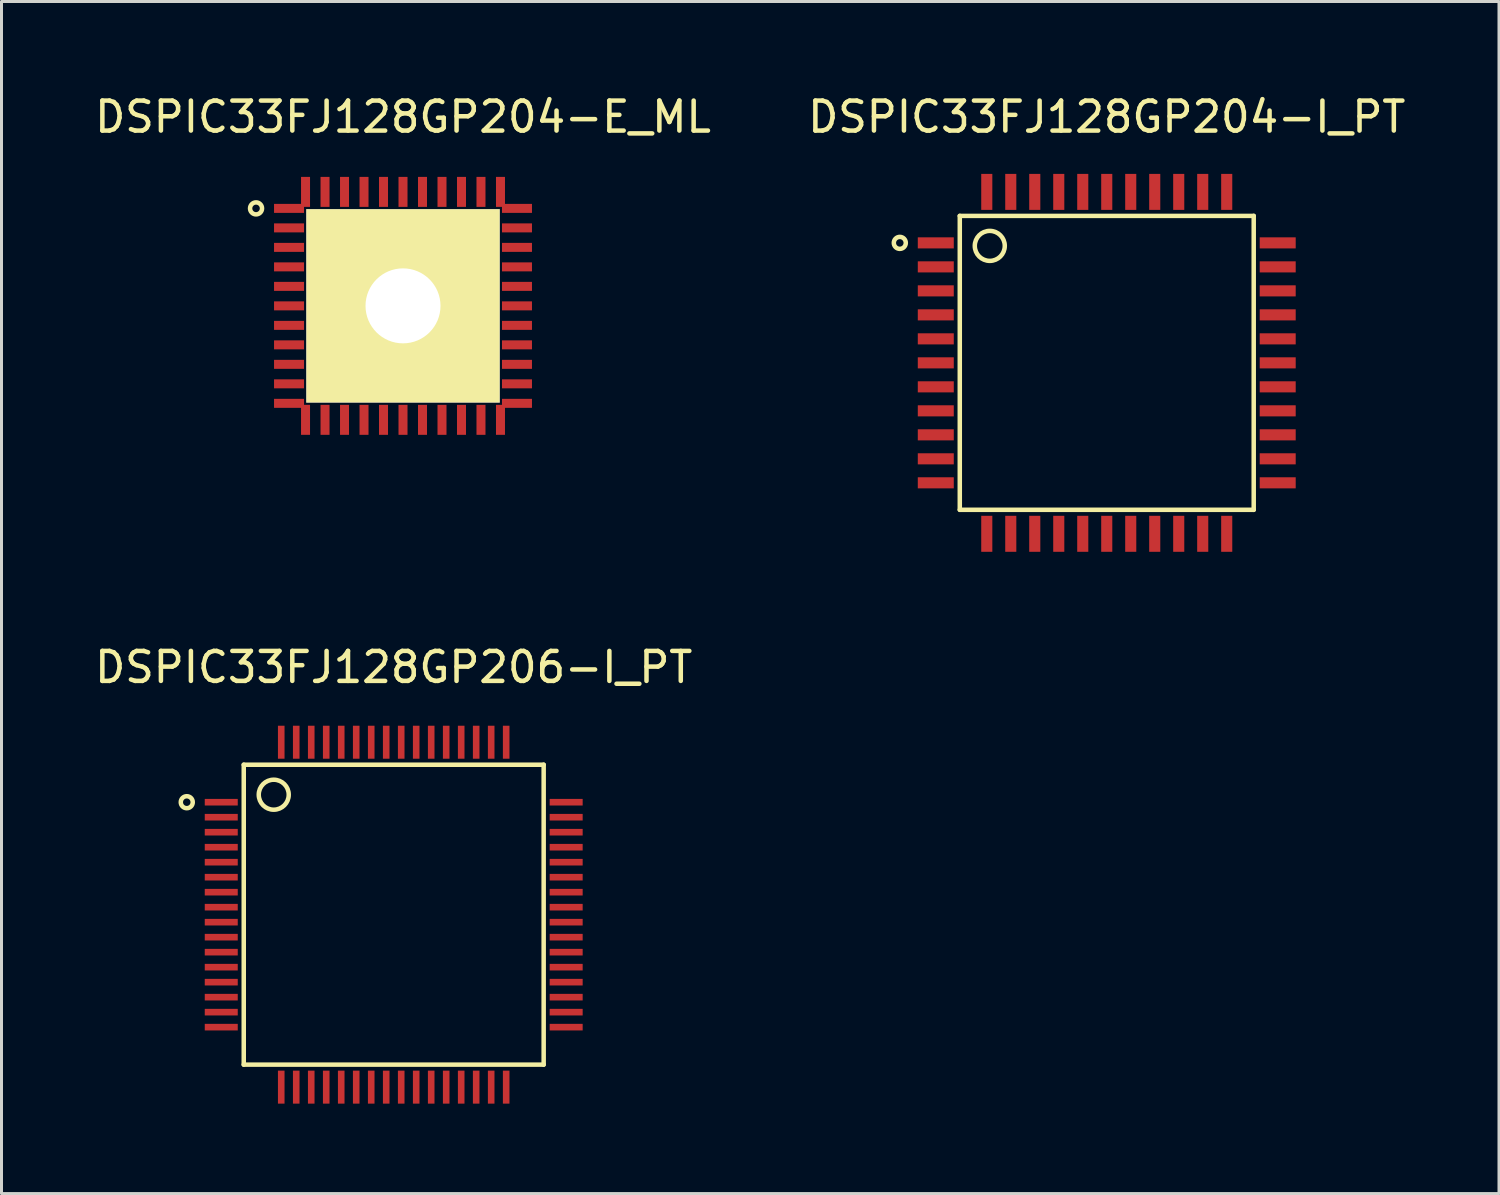
<source format=kicad_pcb>
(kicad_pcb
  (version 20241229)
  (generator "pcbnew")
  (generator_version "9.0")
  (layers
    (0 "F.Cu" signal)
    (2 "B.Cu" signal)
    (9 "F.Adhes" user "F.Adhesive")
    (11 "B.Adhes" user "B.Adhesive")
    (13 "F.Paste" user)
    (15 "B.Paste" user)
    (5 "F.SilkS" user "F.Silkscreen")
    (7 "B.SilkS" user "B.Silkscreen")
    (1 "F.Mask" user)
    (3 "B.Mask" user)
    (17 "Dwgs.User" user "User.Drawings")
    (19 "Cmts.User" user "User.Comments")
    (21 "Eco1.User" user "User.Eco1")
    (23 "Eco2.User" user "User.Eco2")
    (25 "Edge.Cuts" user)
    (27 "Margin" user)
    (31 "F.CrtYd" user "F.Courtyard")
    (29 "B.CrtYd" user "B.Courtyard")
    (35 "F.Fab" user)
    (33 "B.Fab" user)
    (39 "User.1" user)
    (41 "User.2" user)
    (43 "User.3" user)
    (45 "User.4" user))
  (footprint "DSPIC33FJ128GP204-E_ML"
    (layer "F.Cu")
    (at 6.587 3.348)
    (property "Reference" "DSPIC33FJ128GP204-E_ML" (at 3.8 -2.5 0) (layer "F.SilkS") (effects (font (size 1 1) (thickness 0.15))))
    (attr through_hole)
    (fp_line (start 0.7 0.7) (end 0.7 6.9) (stroke (width 0.15) (type solid)) (layer "F.SilkS"))
    (fp_line (start 0.7 0.7) (end 6.9 0.7) (stroke (width 0.15) (type solid)) (layer "F.SilkS"))
    (fp_line (start 0.7 6.9) (end 6.9 6.9) (stroke (width 0.15) (type solid)) (layer "F.SilkS"))
    (fp_line (start 6.9 6.9) (end 6.9 0.7) (stroke (width 0.15) (type solid)) (layer "F.SilkS"))
    (fp_circle (center -1.1 0.55) (end -1.1 0.35) (stroke (width 0.15) (type solid)) (fill no) (layer "F.SilkS"))
    (fp_circle (center 1.7 1.7) (end 1.7 1.2) (stroke (width 0.15) (type solid)) (fill no) (layer "F.SilkS"))
    (pad "1" smd rect (at 0 0.55) (size 1 0.3) (layers "F.Cu" "F.Mask" "F.Paste"))
    (pad "2" smd rect (at 0 1.2) (size 1 0.3) (layers "F.Cu" "F.Mask" "F.Paste"))
    (pad "3" smd rect (at 0 1.85) (size 1 0.3) (layers "F.Cu" "F.Mask" "F.Paste"))
    (pad "4" smd rect (at 0 2.5) (size 1 0.3) (layers "F.Cu" "F.Mask" "F.Paste"))
    (pad "5" smd rect (at 0 3.15) (size 1 0.3) (layers "F.Cu" "F.Mask" "F.Paste"))
    (pad "6" smd rect (at 0 3.8) (size 1 0.3) (layers "F.Cu" "F.Mask" "F.Paste"))
    (pad "7" smd rect (at 0 4.45) (size 1 0.3) (layers "F.Cu" "F.Mask" "F.Paste"))
    (pad "8" smd rect (at 0 5.1) (size 1 0.3) (layers "F.Cu" "F.Mask" "F.Paste"))
    (pad "9" smd rect (at 0 5.75) (size 1 0.3) (layers "F.Cu" "F.Mask" "F.Paste"))
    (pad "10" smd rect (at 0 6.4) (size 1 0.3) (layers "F.Cu" "F.Mask" "F.Paste"))
    (pad "11" smd rect (at 0 7.05) (size 1 0.3) (layers "F.Cu" "F.Mask" "F.Paste"))
    (pad "12" smd rect (at 0.55 7.6) (size 0.3 1) (layers "F.Cu" "F.Mask" "F.Paste"))
    (pad "13" smd rect (at 1.2 7.6) (size 0.3 1) (layers "F.Cu" "F.Mask" "F.Paste"))
    (pad "14" smd rect (at 1.85 7.6) (size 0.3 1) (layers "F.Cu" "F.Mask" "F.Paste"))
    (pad "15" smd rect (at 2.5 7.6) (size 0.3 1) (layers "F.Cu" "F.Mask" "F.Paste"))
    (pad "16" smd rect (at 3.15 7.6) (size 0.3 1) (layers "F.Cu" "F.Mask" "F.Paste"))
    (pad "17" smd rect (at 3.8 7.6) (size 0.3 1) (layers "F.Cu" "F.Mask" "F.Paste"))
    (pad "18" smd rect (at 4.45 7.6) (size 0.3 1) (layers "F.Cu" "F.Mask" "F.Paste"))
    (pad "19" smd rect (at 5.1 7.6) (size 0.3 1) (layers "F.Cu" "F.Mask" "F.Paste"))
    (pad "20" smd rect (at 5.75 7.6) (size 0.3 1) (layers "F.Cu" "F.Mask" "F.Paste"))
    (pad "21" smd rect (at 6.4 7.6) (size 0.3 1) (layers "F.Cu" "F.Mask" "F.Paste"))
    (pad "22" smd rect (at 7.05 7.6) (size 0.3 1) (layers "F.Cu" "F.Mask" "F.Paste"))
    (pad "23" smd rect (at 7.6 7.05) (size 1 0.3) (layers "F.Cu" "F.Mask" "F.Paste"))
    (pad "24" smd rect (at 7.6 6.4) (size 1 0.3) (layers "F.Cu" "F.Mask" "F.Paste"))
    (pad "25" smd rect (at 7.6 5.75) (size 1 0.3) (layers "F.Cu" "F.Mask" "F.Paste"))
    (pad "26" smd rect (at 7.6 5.1) (size 1 0.3) (layers "F.Cu" "F.Mask" "F.Paste"))
    (pad "27" smd rect (at 7.6 4.45) (size 1 0.3) (layers "F.Cu" "F.Mask" "F.Paste"))
    (pad "28" smd rect (at 7.6 3.8) (size 1 0.3) (layers "F.Cu" "F.Mask" "F.Paste"))
    (pad "29" smd rect (at 7.6 3.15) (size 1 0.3) (layers "F.Cu" "F.Mask" "F.Paste"))
    (pad "30" smd rect (at 7.6 2.5) (size 1 0.3) (layers "F.Cu" "F.Mask" "F.Paste"))
    (pad "31" smd rect (at 7.6 1.85) (size 1 0.3) (layers "F.Cu" "F.Mask" "F.Paste"))
    (pad "32" smd rect (at 7.6 1.2) (size 1 0.3) (layers "F.Cu" "F.Mask" "F.Paste"))
    (pad "33" smd rect (at 7.6 0.55) (size 1 0.3) (layers "F.Cu" "F.Mask" "F.Paste"))
    (pad "34" smd rect (at 7.05 0) (size 0.3 1) (layers "F.Cu" "F.Mask" "F.Paste"))
    (pad "35" smd rect (at 6.4 0) (size 0.3 1) (layers "F.Cu" "F.Mask" "F.Paste"))
    (pad "36" smd rect (at 5.75 0) (size 0.3 1) (layers "F.Cu" "F.Mask" "F.Paste"))
    (pad "37" smd rect (at 5.1 0) (size 0.3 1) (layers "F.Cu" "F.Mask" "F.Paste"))
    (pad "38" smd rect (at 4.45 0) (size 0.3 1) (layers "F.Cu" "F.Mask" "F.Paste"))
    (pad "39" smd rect (at 3.8 0) (size 0.3 1) (layers "F.Cu" "F.Mask" "F.Paste"))
    (pad "40" smd rect (at 3.15 0) (size 0.3 1) (layers "F.Cu" "F.Mask" "F.Paste"))
    (pad "41" smd rect (at 2.5 0) (size 0.3 1) (layers "F.Cu" "F.Mask" "F.Paste"))
    (pad "42" smd rect (at 1.85 0) (size 0.3 1) (layers "F.Cu" "F.Mask" "F.Paste"))
    (pad "43" smd rect (at 1.2 0) (size 0.3 1) (layers "F.Cu" "F.Mask" "F.Paste"))
    (pad "44" smd rect (at 0.55 0) (size 0.3 1) (layers "F.Cu" "F.Mask" "F.Paste"))
    (pad "999" thru_hole rect (at 3.8 3.8) (size 6.45 6.45) (drill 2.5) (layers "*.Cu" "*.Mask" "F.SilkS")))
  (footprint "DSPIC33FJ128GP206-I_PT"
    (layer "F.Cu")
    (at 4.327 21.697)
    (property "Reference" "DSPIC33FJ128GP206-I_PT" (at 5.75 -2.5 0) (layer "F.SilkS") (effects (font (size 1 1) (thickness 0.15))))
    (attr through_hole)
    (fp_line (start 0.75 0.75) (end 0.75 10.75) (stroke (width 0.15) (type solid)) (layer "F.SilkS"))
    (fp_line (start 0.75 0.75) (end 10.75 0.75) (stroke (width 0.15) (type solid)) (layer "F.SilkS"))
    (fp_line (start 0.75 10.75) (end 10.75 10.75) (stroke (width 0.15) (type solid)) (layer "F.SilkS"))
    (fp_line (start 10.75 10.75) (end 10.75 0.75) (stroke (width 0.15) (type solid)) (layer "F.SilkS"))
    (fp_circle (center -1.15 2) (end -1.15 1.8) (stroke (width 0.15) (type solid)) (fill no) (layer "F.SilkS"))
    (fp_circle (center 1.75 1.75) (end 1.75 1.25) (stroke (width 0.15) (type solid)) (fill no) (layer "F.SilkS"))
    (pad "1" smd rect (at 0 2) (size 1.1 0.22) (layers "F.Cu" "F.Mask" "F.Paste"))
    (pad "2" smd rect (at 0 2.5) (size 1.1 0.22) (layers "F.Cu" "F.Mask" "F.Paste"))
    (pad "3" smd rect (at 0 3) (size 1.1 0.22) (layers "F.Cu" "F.Mask" "F.Paste"))
    (pad "4" smd rect (at 0 3.5) (size 1.1 0.22) (layers "F.Cu" "F.Mask" "F.Paste"))
    (pad "5" smd rect (at 0 4) (size 1.1 0.22) (layers "F.Cu" "F.Mask" "F.Paste"))
    (pad "6" smd rect (at 0 4.5) (size 1.1 0.22) (layers "F.Cu" "F.Mask" "F.Paste"))
    (pad "7" smd rect (at 0 5) (size 1.1 0.22) (layers "F.Cu" "F.Mask" "F.Paste"))
    (pad "8" smd rect (at 0 5.5) (size 1.1 0.22) (layers "F.Cu" "F.Mask" "F.Paste"))
    (pad "9" smd rect (at 0 6) (size 1.1 0.22) (layers "F.Cu" "F.Mask" "F.Paste"))
    (pad "10" smd rect (at 0 6.5) (size 1.1 0.22) (layers "F.Cu" "F.Mask" "F.Paste"))
    (pad "11" smd rect (at 0 7) (size 1.1 0.22) (layers "F.Cu" "F.Mask" "F.Paste"))
    (pad "12" smd rect (at 0 7.5) (size 1.1 0.22) (layers "F.Cu" "F.Mask" "F.Paste"))
    (pad "13" smd rect (at 0 8) (size 1.1 0.22) (layers "F.Cu" "F.Mask" "F.Paste"))
    (pad "14" smd rect (at 0 8.5) (size 1.1 0.22) (layers "F.Cu" "F.Mask" "F.Paste"))
    (pad "15" smd rect (at 0 9) (size 1.1 0.22) (layers "F.Cu" "F.Mask" "F.Paste"))
    (pad "16" smd rect (at 0 9.5) (size 1.1 0.22) (layers "F.Cu" "F.Mask" "F.Paste"))
    (pad "17" smd rect (at 2 11.5) (size 0.22 1.1) (layers "F.Cu" "F.Mask" "F.Paste"))
    (pad "18" smd rect (at 2.5 11.5) (size 0.22 1.1) (layers "F.Cu" "F.Mask" "F.Paste"))
    (pad "19" smd rect (at 3 11.5) (size 0.22 1.1) (layers "F.Cu" "F.Mask" "F.Paste"))
    (pad "20" smd rect (at 3.5 11.5) (size 0.22 1.1) (layers "F.Cu" "F.Mask" "F.Paste"))
    (pad "21" smd rect (at 4 11.5) (size 0.22 1.1) (layers "F.Cu" "F.Mask" "F.Paste"))
    (pad "22" smd rect (at 4.5 11.5) (size 0.22 1.1) (layers "F.Cu" "F.Mask" "F.Paste"))
    (pad "23" smd rect (at 5 11.5) (size 0.22 1.1) (layers "F.Cu" "F.Mask" "F.Paste"))
    (pad "24" smd rect (at 5.5 11.5) (size 0.22 1.1) (layers "F.Cu" "F.Mask" "F.Paste"))
    (pad "25" smd rect (at 6 11.5) (size 0.22 1.1) (layers "F.Cu" "F.Mask" "F.Paste"))
    (pad "26" smd rect (at 6.5 11.5) (size 0.22 1.1) (layers "F.Cu" "F.Mask" "F.Paste"))
    (pad "27" smd rect (at 7 11.5) (size 0.22 1.1) (layers "F.Cu" "F.Mask" "F.Paste"))
    (pad "28" smd rect (at 7.5 11.5) (size 0.22 1.1) (layers "F.Cu" "F.Mask" "F.Paste"))
    (pad "29" smd rect (at 8 11.5) (size 0.22 1.1) (layers "F.Cu" "F.Mask" "F.Paste"))
    (pad "30" smd rect (at 8.5 11.5) (size 0.22 1.1) (layers "F.Cu" "F.Mask" "F.Paste"))
    (pad "31" smd rect (at 9 11.5) (size 0.22 1.1) (layers "F.Cu" "F.Mask" "F.Paste"))
    (pad "32" smd rect (at 9.5 11.5) (size 0.22 1.1) (layers "F.Cu" "F.Mask" "F.Paste"))
    (pad "33" smd rect (at 11.5 9.5) (size 1.1 0.22) (layers "F.Cu" "F.Mask" "F.Paste"))
    (pad "34" smd rect (at 11.5 9) (size 1.1 0.22) (layers "F.Cu" "F.Mask" "F.Paste"))
    (pad "35" smd rect (at 11.5 8.5) (size 1.1 0.22) (layers "F.Cu" "F.Mask" "F.Paste"))
    (pad "36" smd rect (at 11.5 8) (size 1.1 0.22) (layers "F.Cu" "F.Mask" "F.Paste"))
    (pad "37" smd rect (at 11.5 7.5) (size 1.1 0.22) (layers "F.Cu" "F.Mask" "F.Paste"))
    (pad "38" smd rect (at 11.5 7) (size 1.1 0.22) (layers "F.Cu" "F.Mask" "F.Paste"))
    (pad "39" smd rect (at 11.5 6.5) (size 1.1 0.22) (layers "F.Cu" "F.Mask" "F.Paste"))
    (pad "40" smd rect (at 11.5 6) (size 1.1 0.22) (layers "F.Cu" "F.Mask" "F.Paste"))
    (pad "41" smd rect (at 11.5 5.5) (size 1.1 0.22) (layers "F.Cu" "F.Mask" "F.Paste"))
    (pad "42" smd rect (at 11.5 5) (size 1.1 0.22) (layers "F.Cu" "F.Mask" "F.Paste"))
    (pad "43" smd rect (at 11.5 4.5) (size 1.1 0.22) (layers "F.Cu" "F.Mask" "F.Paste"))
    (pad "44" smd rect (at 11.5 4) (size 1.1 0.22) (layers "F.Cu" "F.Mask" "F.Paste"))
    (pad "45" smd rect (at 11.5 3.5) (size 1.1 0.22) (layers "F.Cu" "F.Mask" "F.Paste"))
    (pad "46" smd rect (at 11.5 3) (size 1.1 0.22) (layers "F.Cu" "F.Mask" "F.Paste"))
    (pad "47" smd rect (at 11.5 2.5) (size 1.1 0.22) (layers "F.Cu" "F.Mask" "F.Paste"))
    (pad "48" smd rect (at 11.5 2) (size 1.1 0.22) (layers "F.Cu" "F.Mask" "F.Paste"))
    (pad "49" smd rect (at 9.5 0) (size 0.22 1.1) (layers "F.Cu" "F.Mask" "F.Paste"))
    (pad "50" smd rect (at 9 0) (size 0.22 1.1) (layers "F.Cu" "F.Mask" "F.Paste"))
    (pad "51" smd rect (at 8.5 0) (size 0.22 1.1) (layers "F.Cu" "F.Mask" "F.Paste"))
    (pad "52" smd rect (at 8 0) (size 0.22 1.1) (layers "F.Cu" "F.Mask" "F.Paste"))
    (pad "53" smd rect (at 7.5 0) (size 0.22 1.1) (layers "F.Cu" "F.Mask" "F.Paste"))
    (pad "54" smd rect (at 7 0) (size 0.22 1.1) (layers "F.Cu" "F.Mask" "F.Paste"))
    (pad "55" smd rect (at 6.5 0) (size 0.22 1.1) (layers "F.Cu" "F.Mask" "F.Paste"))
    (pad "56" smd rect (at 6 0) (size 0.22 1.1) (layers "F.Cu" "F.Mask" "F.Paste"))
    (pad "57" smd rect (at 5.5 0) (size 0.22 1.1) (layers "F.Cu" "F.Mask" "F.Paste"))
    (pad "58" smd rect (at 5 0) (size 0.22 1.1) (layers "F.Cu" "F.Mask" "F.Paste"))
    (pad "59" smd rect (at 4.5 0) (size 0.22 1.1) (layers "F.Cu" "F.Mask" "F.Paste"))
    (pad "60" smd rect (at 4 0) (size 0.22 1.1) (layers "F.Cu" "F.Mask" "F.Paste"))
    (pad "61" smd rect (at 3.5 0) (size 0.22 1.1) (layers "F.Cu" "F.Mask" "F.Paste"))
    (pad "62" smd rect (at 3 0) (size 0.22 1.1) (layers "F.Cu" "F.Mask" "F.Paste"))
    (pad "63" smd rect (at 2.5 0) (size 0.22 1.1) (layers "F.Cu" "F.Mask" "F.Paste"))
    (pad "64" smd rect (at 2 0) (size 0.22 1.1) (layers "F.Cu" "F.Mask" "F.Paste")))
  (footprint "DSPIC33FJ128GP204-I_PT"
    (layer "F.Cu")
    (at 28.151 3.348)
    (property "Reference" "DSPIC33FJ128GP204-I_PT" (at 5.7 -2.5 0) (layer "F.SilkS") (effects (font (size 1 1) (thickness 0.15))))
    (attr through_hole)
    (fp_line (start 0.8 0.8) (end 0.8 10.6) (stroke (width 0.15) (type solid)) (layer "F.SilkS"))
    (fp_line (start 0.8 0.8) (end 10.6 0.8) (stroke (width 0.15) (type solid)) (layer "F.SilkS"))
    (fp_line (start 0.8 10.6) (end 10.6 10.6) (stroke (width 0.15) (type solid)) (layer "F.SilkS"))
    (fp_line (start 10.6 10.6) (end 10.6 0.8) (stroke (width 0.15) (type solid)) (layer "F.SilkS"))
    (fp_circle (center -1.2 1.7) (end -1.2 1.5) (stroke (width 0.15) (type solid)) (fill no) (layer "F.SilkS"))
    (fp_circle (center 1.8 1.8) (end 1.8 1.3) (stroke (width 0.15) (type solid)) (fill no) (layer "F.SilkS"))
    (pad "1" smd rect (at 0 1.7) (size 1.2 0.37) (layers "F.Cu" "F.Mask" "F.Paste"))
    (pad "2" smd rect (at 0 2.5) (size 1.2 0.37) (layers "F.Cu" "F.Mask" "F.Paste"))
    (pad "3" smd rect (at 0 3.3) (size 1.2 0.37) (layers "F.Cu" "F.Mask" "F.Paste"))
    (pad "4" smd rect (at 0 4.1) (size 1.2 0.37) (layers "F.Cu" "F.Mask" "F.Paste"))
    (pad "5" smd rect (at 0 4.9) (size 1.2 0.37) (layers "F.Cu" "F.Mask" "F.Paste"))
    (pad "6" smd rect (at 0 5.7) (size 1.2 0.37) (layers "F.Cu" "F.Mask" "F.Paste"))
    (pad "7" smd rect (at 0 6.5) (size 1.2 0.37) (layers "F.Cu" "F.Mask" "F.Paste"))
    (pad "8" smd rect (at 0 7.3) (size 1.2 0.37) (layers "F.Cu" "F.Mask" "F.Paste"))
    (pad "9" smd rect (at 0 8.1) (size 1.2 0.37) (layers "F.Cu" "F.Mask" "F.Paste"))
    (pad "10" smd rect (at 0 8.9) (size 1.2 0.37) (layers "F.Cu" "F.Mask" "F.Paste"))
    (pad "11" smd rect (at 0 9.7) (size 1.2 0.37) (layers "F.Cu" "F.Mask" "F.Paste"))
    (pad "12" smd rect (at 1.7 11.4) (size 0.37 1.2) (layers "F.Cu" "F.Mask" "F.Paste"))
    (pad "13" smd rect (at 2.5 11.4) (size 0.37 1.2) (layers "F.Cu" "F.Mask" "F.Paste"))
    (pad "14" smd rect (at 3.3 11.4) (size 0.37 1.2) (layers "F.Cu" "F.Mask" "F.Paste"))
    (pad "15" smd rect (at 4.1 11.4) (size 0.37 1.2) (layers "F.Cu" "F.Mask" "F.Paste"))
    (pad "16" smd rect (at 4.9 11.4) (size 0.37 1.2) (layers "F.Cu" "F.Mask" "F.Paste"))
    (pad "17" smd rect (at 5.7 11.4) (size 0.37 1.2) (layers "F.Cu" "F.Mask" "F.Paste"))
    (pad "18" smd rect (at 6.5 11.4) (size 0.37 1.2) (layers "F.Cu" "F.Mask" "F.Paste"))
    (pad "19" smd rect (at 7.3 11.4) (size 0.37 1.2) (layers "F.Cu" "F.Mask" "F.Paste"))
    (pad "20" smd rect (at 8.1 11.4) (size 0.37 1.2) (layers "F.Cu" "F.Mask" "F.Paste"))
    (pad "21" smd rect (at 8.9 11.4) (size 0.37 1.2) (layers "F.Cu" "F.Mask" "F.Paste"))
    (pad "22" smd rect (at 9.7 11.4) (size 0.37 1.2) (layers "F.Cu" "F.Mask" "F.Paste"))
    (pad "23" smd rect (at 11.4 9.7) (size 1.2 0.37) (layers "F.Cu" "F.Mask" "F.Paste"))
    (pad "24" smd rect (at 11.4 8.9) (size 1.2 0.37) (layers "F.Cu" "F.Mask" "F.Paste"))
    (pad "25" smd rect (at 11.4 8.1) (size 1.2 0.37) (layers "F.Cu" "F.Mask" "F.Paste"))
    (pad "26" smd rect (at 11.4 7.3) (size 1.2 0.37) (layers "F.Cu" "F.Mask" "F.Paste"))
    (pad "27" smd rect (at 11.4 6.5) (size 1.2 0.37) (layers "F.Cu" "F.Mask" "F.Paste"))
    (pad "28" smd rect (at 11.4 5.7) (size 1.2 0.37) (layers "F.Cu" "F.Mask" "F.Paste"))
    (pad "29" smd rect (at 11.4 4.9) (size 1.2 0.37) (layers "F.Cu" "F.Mask" "F.Paste"))
    (pad "30" smd rect (at 11.4 4.1) (size 1.2 0.37) (layers "F.Cu" "F.Mask" "F.Paste"))
    (pad "31" smd rect (at 11.4 3.3) (size 1.2 0.37) (layers "F.Cu" "F.Mask" "F.Paste"))
    (pad "32" smd rect (at 11.4 2.5) (size 1.2 0.37) (layers "F.Cu" "F.Mask" "F.Paste"))
    (pad "33" smd rect (at 11.4 1.7) (size 1.2 0.37) (layers "F.Cu" "F.Mask" "F.Paste"))
    (pad "34" smd rect (at 9.7 0) (size 0.37 1.2) (layers "F.Cu" "F.Mask" "F.Paste"))
    (pad "35" smd rect (at 8.9 0) (size 0.37 1.2) (layers "F.Cu" "F.Mask" "F.Paste"))
    (pad "36" smd rect (at 8.1 0) (size 0.37 1.2) (layers "F.Cu" "F.Mask" "F.Paste"))
    (pad "37" smd rect (at 7.3 0) (size 0.37 1.2) (layers "F.Cu" "F.Mask" "F.Paste"))
    (pad "38" smd rect (at 6.5 0) (size 0.37 1.2) (layers "F.Cu" "F.Mask" "F.Paste"))
    (pad "39" smd rect (at 5.7 0) (size 0.37 1.2) (layers "F.Cu" "F.Mask" "F.Paste"))
    (pad "40" smd rect (at 4.9 0) (size 0.37 1.2) (layers "F.Cu" "F.Mask" "F.Paste"))
    (pad "41" smd rect (at 4.1 0) (size 0.37 1.2) (layers "F.Cu" "F.Mask" "F.Paste"))
    (pad "42" smd rect (at 3.3 0) (size 0.37 1.2) (layers "F.Cu" "F.Mask" "F.Paste"))
    (pad "43" smd rect (at 2.5 0) (size 0.37 1.2) (layers "F.Cu" "F.Mask" "F.Paste"))
    (pad "44" smd rect (at 1.7 0) (size 0.37 1.2) (layers "F.Cu" "F.Mask" "F.Paste")))
  (gr_rect
    (start -3 -3)
    (end 46.929 36.746)
    (stroke (width 0.1) (type default))
    (fill no)
    (layer "Edge.Cuts")))
</source>
